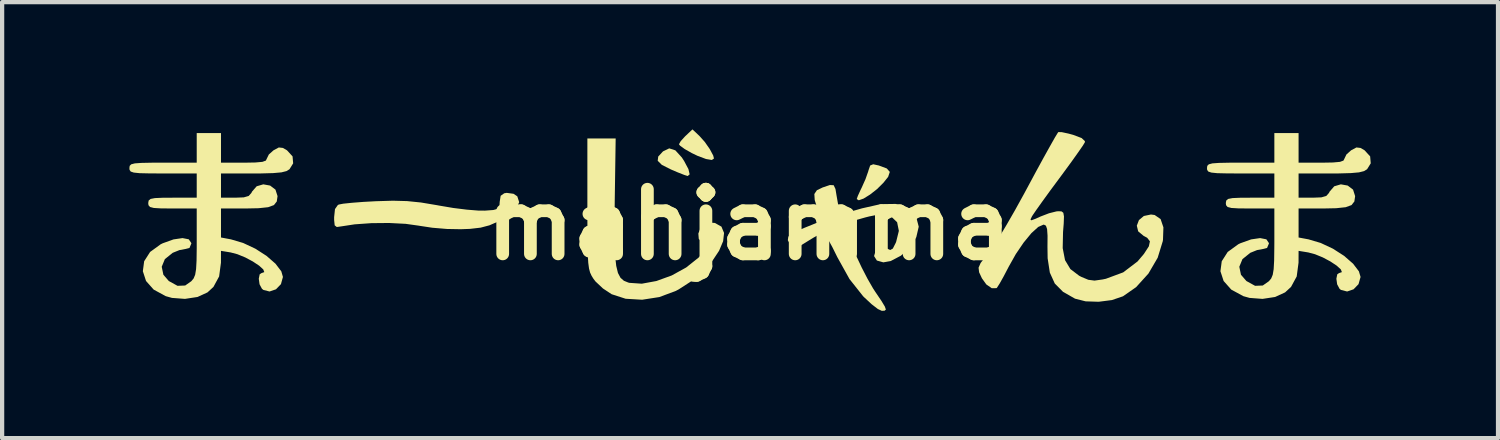
<source format=kicad_pcb>
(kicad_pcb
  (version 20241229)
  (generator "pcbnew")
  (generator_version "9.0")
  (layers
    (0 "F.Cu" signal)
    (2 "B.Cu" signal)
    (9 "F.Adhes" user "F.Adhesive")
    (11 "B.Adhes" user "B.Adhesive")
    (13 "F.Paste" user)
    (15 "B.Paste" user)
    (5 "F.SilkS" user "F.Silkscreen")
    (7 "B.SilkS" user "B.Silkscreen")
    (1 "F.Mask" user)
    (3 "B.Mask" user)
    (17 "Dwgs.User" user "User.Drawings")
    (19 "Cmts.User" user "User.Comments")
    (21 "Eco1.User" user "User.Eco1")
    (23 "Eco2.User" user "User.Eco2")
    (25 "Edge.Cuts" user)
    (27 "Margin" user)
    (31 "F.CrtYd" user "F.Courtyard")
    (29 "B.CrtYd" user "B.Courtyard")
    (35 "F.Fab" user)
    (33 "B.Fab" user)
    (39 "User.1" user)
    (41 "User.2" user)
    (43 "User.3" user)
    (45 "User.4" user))
  (footprint "mahjamma"
    (layer "F.Cu")
    (at 14.605 2.245)
    (property "Reference" "mahjamma" (at 0 0 0) (layer "F.SilkS") (effects (font (size 1.524 1.524) (thickness 0.3))))
    (attr board_only exclude_from_pos_files exclude_from_bom)
    (fp_poly (pts (xy -1.736 -1.751) (xy -1.584 -1.584) (xy -1.53 -1.501) (xy -1.428 -1.309) (xy -1.399 -1.185) (xy -1.445 -1.146) (xy -1.524 -1.171) (xy -1.682 -1.233) (xy -1.841 -1.301) (xy -2.055 -1.409) (xy -2.152 -1.505) (xy -2.14 -1.605) (xy -2.027 -1.727) (xy -2.023 -1.729) (xy -1.88 -1.798)) (stroke (width 0) (type solid)) (fill yes) (layer "F.SilkS"))
    (fp_poly (pts (xy -1.169 -2.091) (xy -1.043 -1.95) (xy -0.925 -1.781) (xy -0.844 -1.63) (xy -0.826 -1.559) (xy -0.876 -1.524) (xy -1.013 -1.547) (xy -1.209 -1.62) (xy -1.349 -1.687) (xy -1.518 -1.783) (xy -1.627 -1.863) (xy -1.651 -1.895) (xy -1.609 -1.969) (xy -1.506 -2.082) (xy -1.492 -2.095) (xy -1.333 -2.245)) (stroke (width 0) (type solid)) (fill yes) (layer "F.SilkS"))
    (fp_poly (pts (xy 3.06 -1.394) (xy 3.248 -1.324) (xy 3.319 -1.243) (xy 3.28 -1.127) (xy 3.17 -0.989) (xy 3.018 -0.838) (xy 2.852 -0.708) (xy 2.7 -0.614) (xy 2.587 -0.574) (xy 2.54 -0.602) (xy 2.54 -0.606) (xy 2.566 -0.679) (xy 2.631 -0.821) (xy 2.658 -0.876) (xy 2.746 -1.073) (xy 2.81 -1.255) (xy 2.817 -1.281) (xy 2.856 -1.394) (xy 2.928 -1.423)) (stroke (width 0) (type solid)) (fill yes) (layer "F.SilkS"))
    (fp_poly (pts (xy -5.55 -0.727) (xy -5.462 -0.668) (xy -5.417 -0.529) (xy -5.489 -0.374) (xy -5.67 -0.212) (xy -5.901 -0.079) (xy -6.118 0.016) (xy -6.327 0.071) (xy -6.579 0.1) (xy -6.795 0.108) (xy -7.12 0.102) (xy -7.466 0.073) (xy -7.763 0.028) (xy -7.779 0.025) (xy -8.094 -0.019) (xy -8.484 -0.039) (xy -8.901 -0.035) (xy -9.296 -0.007) (xy -9.604 0.04) (xy -9.716 0.056) (xy -9.766 0.017) (xy -9.779 -0.109) (xy -9.779 -0.176) (xy -9.759 -0.367) (xy -9.692 -0.462) (xy -9.668 -0.474) (xy -9.563 -0.494) (xy -9.361 -0.515) (xy -9.091 -0.536) (xy -8.795 -0.552) (xy -8.393 -0.564) (xy -8.059 -0.555) (xy -7.733 -0.522) (xy -7.357 -0.459) (xy -7.303 -0.449) (xy -6.972 -0.393) (xy -6.649 -0.353) (xy -6.376 -0.331) (xy -6.225 -0.33) (xy -6.026 -0.345) (xy -5.922 -0.373) (xy -5.883 -0.434) (xy -5.876 -0.54) (xy -5.854 -0.68) (xy -5.77 -0.739) (xy -5.71 -0.749)) (stroke (width 0) (type solid)) (fill yes) (layer "F.SilkS"))
    (fp_poly (pts (xy -3.165 -0.548) (xy -3.171 -0.013) (xy -3.168 0.409) (xy -3.156 0.732) (xy -3.13 0.971) (xy -3.089 1.14) (xy -3.029 1.253) (xy -2.949 1.323) (xy -2.846 1.365) (xy -2.82 1.372) (xy -2.527 1.392) (xy -2.183 1.329) (xy -1.822 1.198) (xy -1.481 1.01) (xy -1.191 0.779) (xy -1.173 0.76) (xy -1.04 0.62) (xy -0.986 0.54) (xy -1.003 0.491) (xy -1.076 0.446) (xy -1.184 0.337) (xy -1.194 0.209) (xy -1.123 0.032) (xy -0.973 -0.05) (xy -0.805 -0.04) (xy -0.65 0.047) (xy -0.588 0.196) (xy -0.61 0.391) (xy -0.706 0.617) (xy -0.867 0.859) (xy -1.085 1.101) (xy -1.352 1.329) (xy -1.657 1.526) (xy -1.725 1.562) (xy -2.113 1.707) (xy -2.519 1.77) (xy -2.908 1.747) (xy -3.238 1.64) (xy -3.442 1.505) (xy -3.618 1.34) (xy -3.667 1.276) (xy -3.711 1.205) (xy -3.746 1.129) (xy -3.771 1.034) (xy -3.789 0.9) (xy -3.8 0.713) (xy -3.806 0.454) (xy -3.809 0.107) (xy -3.81 -0.346) (xy -3.81 -0.486) (xy -3.81 -2.032) (xy -3.477 -2.032) (xy -3.143 -2.032)) (stroke (width 0) (type solid)) (fill yes) (layer "F.SilkS"))
    (fp_poly (pts (xy 1.996 -0.929) (xy 2.038 -0.84) (xy 2.065 -0.677) (xy 2.103 -0.461) (xy 2.155 -0.337) (xy 2.247 -0.291) (xy 2.407 -0.311) (xy 2.66 -0.383) (xy 2.663 -0.384) (xy 3.101 -0.483) (xy 3.455 -0.488) (xy 3.724 -0.399) (xy 3.856 -0.288) (xy 3.956 -0.122) (xy 4 0.046) (xy 4 0.051) (xy 3.943 0.296) (xy 3.793 0.533) (xy 3.582 0.731) (xy 3.34 0.858) (xy 3.166 0.889) (xy 3.014 0.846) (xy 2.948 0.741) (xy 2.986 0.611) (xy 3.015 0.577) (xy 3.113 0.513) (xy 3.222 0.547) (xy 3.242 0.559) (xy 3.329 0.598) (xy 3.39 0.564) (xy 3.456 0.434) (xy 3.468 0.406) (xy 3.532 0.147) (xy 3.491 -0.057) (xy 3.347 -0.195) (xy 3.326 -0.206) (xy 3.206 -0.241) (xy 3.056 -0.238) (xy 2.837 -0.194) (xy 2.741 -0.17) (xy 2.523 -0.108) (xy 2.355 -0.052) (xy 2.275 -0.014) (xy 2.275 -0.014) (xy 2.274 0.067) (xy 2.323 0.235) (xy 2.41 0.465) (xy 2.525 0.732) (xy 2.656 1.01) (xy 2.793 1.275) (xy 2.924 1.503) (xy 2.974 1.58) (xy 3.121 1.797) (xy 3.202 1.931) (xy 3.226 2.001) (xy 3.198 2.028) (xy 3.131 2.032) (xy 3.037 1.989) (xy 2.888 1.874) (xy 2.714 1.712) (xy 2.69 1.688) (xy 2.369 1.283) (xy 2.083 0.769) (xy 1.963 0.527) (xy 1.857 0.335) (xy 1.78 0.217) (xy 1.752 0.193) (xy 1.671 0.223) (xy 1.521 0.306) (xy 1.379 0.393) (xy 1.201 0.503) (xy 1.097 0.55) (xy 1.034 0.54) (xy 0.979 0.479) (xy 0.975 0.475) (xy 0.915 0.367) (xy 0.928 0.282) (xy 1.029 0.201) (xy 1.232 0.106) (xy 1.306 0.075) (xy 1.502 -0.004) (xy 1.643 -0.063) (xy 1.696 -0.088) (xy 1.685 -0.149) (xy 1.641 -0.288) (xy 1.619 -0.352) (xy 1.549 -0.579) (xy 1.54 -0.722) (xy 1.6 -0.811) (xy 1.735 -0.876) (xy 1.907 -0.934)) (stroke (width 0) (type solid)) (fill yes) (layer "F.SilkS"))
    (fp_poly (pts (xy 7.372 -2.18) (xy 7.531 -2.146) (xy 7.641 -2.116) (xy 7.84 -2.041) (xy 7.918 -1.968) (xy 7.916 -1.94) (xy 7.868 -1.861) (xy 7.757 -1.701) (xy 7.599 -1.479) (xy 7.407 -1.217) (xy 7.308 -1.083) (xy 7.101 -0.804) (xy 6.919 -0.553) (xy 6.775 -0.351) (xy 6.686 -0.221) (xy 6.667 -0.19) (xy 6.634 -0.12) (xy 6.655 -0.102) (xy 6.751 -0.137) (xy 6.873 -0.192) (xy 7.071 -0.268) (xy 7.246 -0.312) (xy 7.293 -0.316) (xy 7.368 -0.312) (xy 7.409 -0.279) (xy 7.424 -0.193) (xy 7.418 -0.026) (xy 7.402 0.175) (xy 7.394 0.553) (xy 7.449 0.837) (xy 7.575 1.047) (xy 7.78 1.203) (xy 7.833 1.231) (xy 7.998 1.3) (xy 8.144 1.319) (xy 8.331 1.293) (xy 8.412 1.276) (xy 8.82 1.125) (xy 9.158 0.868) (xy 9.308 0.691) (xy 9.425 0.511) (xy 9.45 0.393) (xy 9.384 0.309) (xy 9.303 0.266) (xy 9.173 0.158) (xy 9.141 0.024) (xy 9.191 -0.107) (xy 9.307 -0.204) (xy 9.475 -0.239) (xy 9.562 -0.227) (xy 9.702 -0.131) (xy 9.768 0.064) (xy 9.758 0.356) (xy 9.753 0.39) (xy 9.633 0.78) (xy 9.415 1.153) (xy 9.125 1.473) (xy 8.815 1.689) (xy 8.554 1.778) (xy 8.242 1.818) (xy 7.934 1.808) (xy 7.685 1.745) (xy 7.402 1.584) (xy 7.207 1.387) (xy 7.091 1.131) (xy 7.039 0.793) (xy 7.035 0.524) (xy 7.037 0.263) (xy 7.026 0.104) (xy 6.999 0.025) (xy 6.952 0.000412) (xy 6.942 0) (xy 6.818 0.054) (xy 6.656 0.201) (xy 6.474 0.422) (xy 6.289 0.694) (xy 6.122 0.991) (xy 6.006 1.213) (xy 5.909 1.387) (xy 5.846 1.485) (xy 5.835 1.497) (xy 5.723 1.499) (xy 5.594 1.41) (xy 5.49 1.265) (xy 5.424 1.123) (xy 5.411 1.015) (xy 5.46 0.903) (xy 5.581 0.748) (xy 5.639 0.682) (xy 5.739 0.544) (xy 5.886 0.314) (xy 6.067 0.012) (xy 6.269 -0.339) (xy 6.48 -0.721) (xy 6.564 -0.877) (xy 6.762 -1.245) (xy 6.941 -1.573) (xy 7.093 -1.846) (xy 7.207 -2.048) (xy 7.277 -2.163) (xy 7.292 -2.182)) (stroke (width 0) (type solid)) (fill yes) (layer "F.SilkS"))
    (fp_poly (pts (xy -12.446 -1.46) (xy -11.906 -1.46) (xy -11.636 -1.465) (xy -11.47 -1.48) (xy -11.388 -1.51) (xy -11.367 -1.554) (xy -11.318 -1.654) (xy -11.208 -1.752) (xy -11.083 -1.819) (xy -10.986 -1.808) (xy -10.89 -1.752) (xy -10.759 -1.609) (xy -10.745 -1.445) (xy -10.831 -1.306) (xy -10.902 -1.262) (xy -11.022 -1.232) (xy -11.214 -1.215) (xy -11.499 -1.207) (xy -11.689 -1.206) (xy -12.446 -1.206) (xy -12.446 -0.635) (xy -12.112 -0.635) (xy -11.908 -0.643) (xy -11.793 -0.676) (xy -11.729 -0.748) (xy -11.715 -0.778) (xy -11.605 -0.904) (xy -11.449 -0.95) (xy -11.288 -0.921) (xy -11.162 -0.825) (xy -11.113 -0.672) (xy -11.131 -0.546) (xy -11.198 -0.461) (xy -11.335 -0.411) (xy -11.561 -0.387) (xy -11.855 -0.381) (xy -12.446 -0.381) (xy -12.446 0.303) (xy -12.211 0.347) (xy -11.924 0.432) (xy -11.636 0.567) (xy -11.373 0.736) (xy -11.161 0.921) (xy -11.024 1.101) (xy -10.986 1.233) (xy -11.033 1.403) (xy -11.15 1.524) (xy -11.301 1.576) (xy -11.447 1.539) (xy -11.481 1.511) (xy -11.537 1.406) (xy -11.555 1.275) (xy -11.534 1.171) (xy -11.493 1.143) (xy -11.425 1.119) (xy -11.45 1.055) (xy -11.547 0.967) (xy -11.696 0.868) (xy -11.874 0.773) (xy -12.06 0.697) (xy -12.219 0.655) (xy -12.446 0.618) (xy -12.447 0.897) (xy -12.49 1.221) (xy -12.624 1.468) (xy -12.764 1.597) (xy -12.999 1.705) (xy -13.295 1.75) (xy -13.601 1.727) (xy -13.748 1.686) (xy -14.033 1.531) (xy -14.213 1.328) (xy -14.288 1.098) (xy -14.257 0.863) (xy -14.117 0.644) (xy -13.868 0.463) (xy -13.819 0.439) (xy -13.565 0.348) (xy -13.353 0.317) (xy -13.205 0.346) (xy -13.145 0.435) (xy -13.145 0.445) (xy -13.189 0.55) (xy -13.275 0.572) (xy -13.425 0.6) (xy -13.584 0.664) (xy -13.769 0.813) (xy -13.843 0.993) (xy -13.804 1.181) (xy -13.676 1.329) (xy -13.471 1.442) (xy -13.29 1.435) (xy -13.145 1.333) (xy -13.091 1.268) (xy -13.055 1.181) (xy -13.033 1.049) (xy -13.022 0.847) (xy -13.018 0.552) (xy -13.018 0.413) (xy -13.018 -0.381) (xy -13.589 -0.381) (xy -13.861 -0.383) (xy -14.029 -0.393) (xy -14.119 -0.416) (xy -14.155 -0.458) (xy -14.161 -0.508) (xy -14.151 -0.568) (xy -14.106 -0.606) (xy -14.002 -0.626) (xy -13.814 -0.634) (xy -13.589 -0.635) (xy -13.018 -0.635) (xy -13.018 -1.206) (xy -13.811 -1.206) (xy -14.141 -1.208) (xy -14.364 -1.213) (xy -14.501 -1.227) (xy -14.573 -1.251) (xy -14.601 -1.29) (xy -14.605 -1.333) (xy -14.598 -1.386) (xy -14.562 -1.422) (xy -14.478 -1.444) (xy -14.324 -1.455) (xy -14.08 -1.46) (xy -13.811 -1.46) (xy -13.018 -1.46) (xy -13.018 -2.159) (xy -12.446 -2.159)) (stroke (width 0) (type solid)) (fill yes) (layer "F.SilkS"))
    (fp_poly (pts (xy 12.954 -1.46) (xy 13.494 -1.46) (xy 13.764 -1.465) (xy 13.93 -1.48) (xy 14.012 -1.51) (xy 14.034 -1.554) (xy 14.082 -1.654) (xy 14.192 -1.752) (xy 14.317 -1.819) (xy 14.414 -1.808) (xy 14.51 -1.752) (xy 14.641 -1.609) (xy 14.655 -1.445) (xy 14.569 -1.306) (xy 14.498 -1.262) (xy 14.378 -1.232) (xy 14.186 -1.215) (xy 13.901 -1.207) (xy 13.711 -1.206) (xy 12.954 -1.206) (xy 12.954 -0.635) (xy 13.288 -0.635) (xy 13.492 -0.643) (xy 13.607 -0.676) (xy 13.671 -0.748) (xy 13.685 -0.778) (xy 13.795 -0.904) (xy 13.951 -0.95) (xy 14.112 -0.921) (xy 14.238 -0.825) (xy 14.287 -0.672) (xy 14.269 -0.546) (xy 14.202 -0.461) (xy 14.065 -0.411) (xy 13.839 -0.387) (xy 13.545 -0.381) (xy 12.954 -0.381) (xy 12.954 0.303) (xy 13.189 0.347) (xy 13.476 0.432) (xy 13.764 0.567) (xy 14.027 0.736) (xy 14.239 0.921) (xy 14.376 1.101) (xy 14.415 1.233) (xy 14.367 1.403) (xy 14.25 1.524) (xy 14.099 1.576) (xy 13.953 1.539) (xy 13.919 1.511) (xy 13.863 1.406) (xy 13.845 1.275) (xy 13.866 1.171) (xy 13.906 1.143) (xy 13.975 1.119) (xy 13.95 1.055) (xy 13.853 0.967) (xy 13.704 0.868) (xy 13.526 0.773) (xy 13.34 0.697) (xy 13.181 0.655) (xy 12.954 0.618) (xy 12.953 0.897) (xy 12.91 1.221) (xy 12.776 1.468) (xy 12.636 1.597) (xy 12.401 1.705) (xy 12.105 1.75) (xy 11.799 1.727) (xy 11.652 1.686) (xy 11.367 1.531) (xy 11.187 1.328) (xy 11.112 1.098) (xy 11.143 0.863) (xy 11.283 0.644) (xy 11.532 0.463) (xy 11.581 0.439) (xy 11.835 0.348) (xy 12.047 0.317) (xy 12.195 0.346) (xy 12.255 0.435) (xy 12.255 0.445) (xy 12.211 0.55) (xy 12.125 0.572) (xy 11.975 0.6) (xy 11.816 0.664) (xy 11.631 0.813) (xy 11.557 0.993) (xy 11.596 1.181) (xy 11.724 1.329) (xy 11.929 1.442) (xy 12.11 1.435) (xy 12.255 1.333) (xy 12.309 1.268) (xy 12.345 1.181) (xy 12.367 1.049) (xy 12.378 0.847) (xy 12.382 0.552) (xy 12.383 0.413) (xy 12.383 -0.381) (xy 11.811 -0.381) (xy 11.539 -0.383) (xy 11.371 -0.393) (xy 11.281 -0.416) (xy 11.245 -0.458) (xy 11.239 -0.508) (xy 11.249 -0.568) (xy 11.294 -0.606) (xy 11.398 -0.626) (xy 11.586 -0.634) (xy 11.811 -0.635) (xy 12.383 -0.635) (xy 12.383 -1.206) (xy 11.589 -1.206) (xy 11.259 -1.208) (xy 11.036 -1.213) (xy 10.899 -1.227) (xy 10.827 -1.251) (xy 10.799 -1.29) (xy 10.795 -1.333) (xy 10.802 -1.386) (xy 10.838 -1.422) (xy 10.922 -1.444) (xy 11.076 -1.455) (xy 11.32 -1.46) (xy 11.589 -1.46) (xy 12.383 -1.46) (xy 12.383 -2.159) (xy 12.954 -2.159)) (stroke (width 0) (type solid)) (fill yes) (layer "F.SilkS")))
  (gr_rect
    (start -3 -3)
    (end 32.26 7.277)
    (stroke (width 0.1) (type default))
    (fill no)
    (layer "Edge.Cuts")))
</source>
